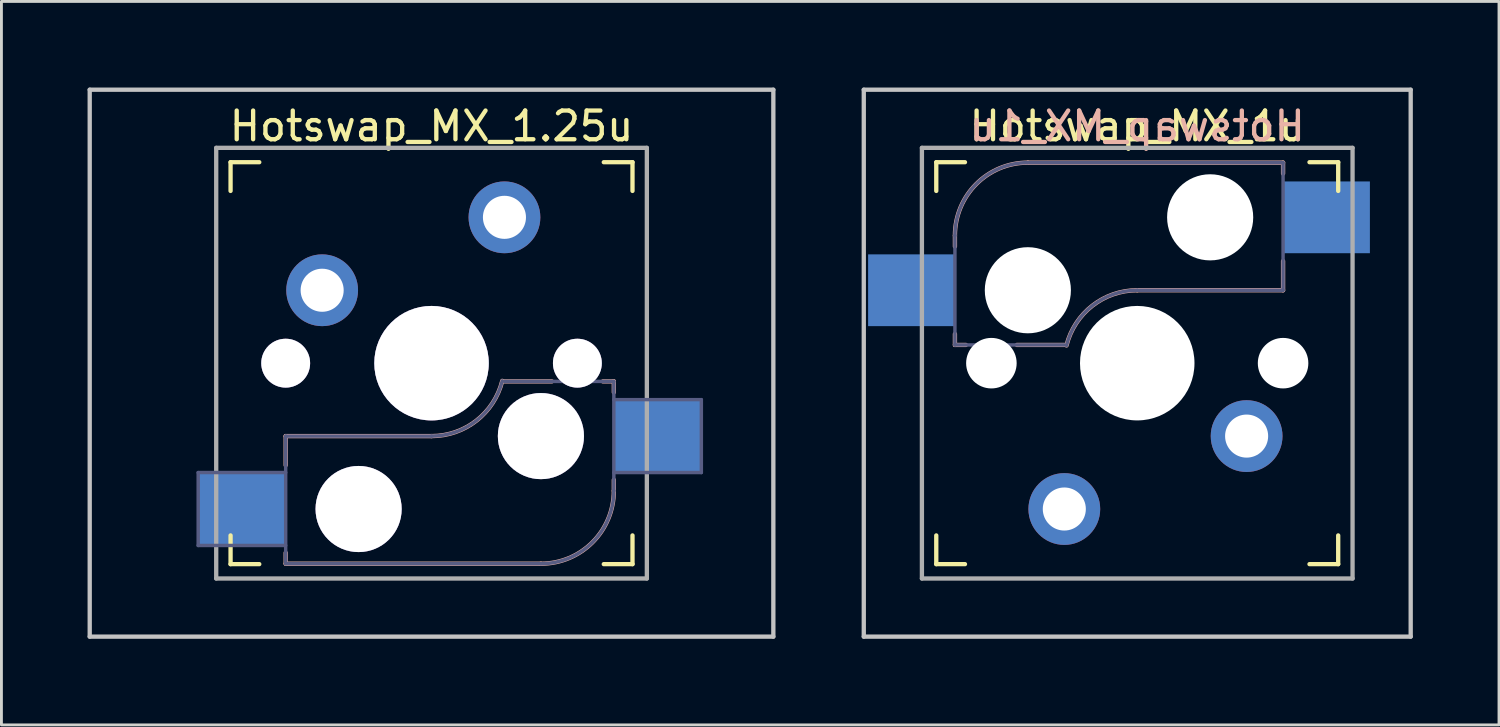
<source format=kicad_pcb>
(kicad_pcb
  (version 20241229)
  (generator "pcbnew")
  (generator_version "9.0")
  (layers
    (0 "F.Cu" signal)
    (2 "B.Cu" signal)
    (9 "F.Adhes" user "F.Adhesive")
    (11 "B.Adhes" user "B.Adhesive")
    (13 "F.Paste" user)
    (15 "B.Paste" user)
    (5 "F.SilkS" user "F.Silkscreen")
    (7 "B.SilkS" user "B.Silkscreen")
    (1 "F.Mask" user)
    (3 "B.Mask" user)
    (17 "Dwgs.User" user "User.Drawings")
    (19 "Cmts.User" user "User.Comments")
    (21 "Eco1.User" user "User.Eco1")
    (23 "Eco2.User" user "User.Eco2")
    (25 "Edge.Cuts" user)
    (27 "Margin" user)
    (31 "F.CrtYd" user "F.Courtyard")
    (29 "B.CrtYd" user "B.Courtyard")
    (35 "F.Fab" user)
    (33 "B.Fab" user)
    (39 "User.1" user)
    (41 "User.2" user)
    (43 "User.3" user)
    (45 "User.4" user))
  (footprint "Hotswap_MX_1u"
    (layer "F.Cu")
    (at 36.562 9.6)
    (property "Reference" "Hotswap_MX_1u" (at 0 -8.255 0) (layer "F.SilkS") (effects (font (size 1 1) (thickness 0.15))))
    (attr through_hole)
    (fp_line (start -7 -6) (end -7 -7) (stroke (width 0.15) (type solid)) (layer "F.SilkS"))
    (fp_line (start -7 7) (end -7 6) (stroke (width 0.15) (type solid)) (layer "F.SilkS"))
    (fp_line (start -7 7) (end -6 7) (stroke (width 0.15) (type solid)) (layer "F.SilkS"))
    (fp_line (start -6 -7) (end -7 -7) (stroke (width 0.15) (type solid)) (layer "F.SilkS"))
    (fp_line (start 6 7) (end 7 7) (stroke (width 0.15) (type solid)) (layer "F.SilkS"))
    (fp_line (start 7 -7) (end 6 -7) (stroke (width 0.15) (type solid)) (layer "F.SilkS"))
    (fp_line (start 7 -7) (end 7 -6) (stroke (width 0.15) (type solid)) (layer "F.SilkS"))
    (fp_line (start 7 6) (end 7 7) (stroke (width 0.15) (type solid)) (layer "F.SilkS"))
    (fp_line (start -6.35 -4.445) (end -6.35 -4.064) (stroke (width 0.15) (type solid)) (layer "B.SilkS"))
    (fp_line (start -6.35 -1.016) (end -6.35 -0.635) (stroke (width 0.15) (type solid)) (layer "B.SilkS"))
    (fp_line (start -6.35 -0.635) (end -5.969 -0.635) (stroke (width 0.15) (type solid)) (layer "B.SilkS"))
    (fp_line (start -4.191 -0.635) (end -2.54 -0.635) (stroke (width 0.15) (type solid)) (layer "B.SilkS"))
    (fp_line (start 0 -2.54) (end 5.08 -2.54) (stroke (width 0.15) (type solid)) (layer "B.SilkS"))
    (fp_line (start 5.08 -6.985) (end -3.81 -6.985) (stroke (width 0.15) (type solid)) (layer "B.SilkS"))
    (fp_line (start 5.08 -6.604) (end 5.08 -6.985) (stroke (width 0.15) (type solid)) (layer "B.SilkS"))
    (fp_line (start 5.08 -2.54) (end 5.08 -3.556) (stroke (width 0.15) (type solid)) (layer "B.SilkS"))
    (fp_arc (start -6.35 -4.445) (mid -5.606051 -6.241051) (end -3.81 -6.985) (stroke (width 0.15) (type solid)) (layer "B.SilkS"))
    (fp_arc (start -2.464162 -0.61604) (mid -1.563147 -2.002042) (end 0 -2.54) (stroke (width 0.15) (type solid)) (layer "B.SilkS"))
    (fp_line (start -9.525 -9.525) (end 9.525 -9.525) (stroke (width 0.15) (type solid)) (layer "Dwgs.User"))
    (fp_line (start -9.525 9.525) (end -9.525 -9.525) (stroke (width 0.15) (type solid)) (layer "Dwgs.User"))
    (fp_line (start -9.525 9.525) (end 9.525 9.525) (stroke (width 0.15) (type solid)) (layer "Dwgs.User"))
    (fp_line (start 9.525 -9.525) (end 9.525 9.525) (stroke (width 0.15) (type solid)) (layer "Dwgs.User"))
    (fp_line (start -6.9 6.9) (end -6.9 -6.9) (stroke (width 0.15) (type solid)) (layer "Eco2.User"))
    (fp_line (start -6.9 6.9) (end 6.9 6.9) (stroke (width 0.15) (type solid)) (layer "Eco2.User"))
    (fp_line (start 6.9 -6.9) (end -6.9 -6.9) (stroke (width 0.15) (type solid)) (layer "Eco2.User"))
    (fp_line (start 6.9 -6.9) (end 6.9 6.9) (stroke (width 0.15) (type solid)) (layer "Eco2.User"))
    (fp_line (start -6.35 -4.445) (end -6.35 -0.635) (stroke (width 0.12) (type solid)) (layer "B.Fab"))
    (fp_line (start -6.35 -0.635) (end -2.54 -0.635) (stroke (width 0.12) (type solid)) (layer "B.Fab"))
    (fp_line (start 0 -2.54) (end 5.08 -2.54) (stroke (width 0.12) (type solid)) (layer "B.Fab"))
    (fp_line (start 5.08 -6.985) (end -3.81 -6.985) (stroke (width 0.12) (type solid)) (layer "B.Fab"))
    (fp_line (start 5.08 -2.54) (end 5.08 -6.985) (stroke (width 0.12) (type solid)) (layer "B.Fab"))
    (fp_arc (start -6.35 -4.445) (mid -5.606051 -6.241051) (end -3.81 -6.985) (stroke (width 0.12) (type solid)) (layer "B.Fab"))
    (fp_arc (start -2.464162 -0.61604) (mid -1.563147 -2.002042) (end 0 -2.54) (stroke (width 0.12) (type solid)) (layer "B.Fab"))
    (fp_line (start -7.5 -7.5) (end 7.5 -7.5) (stroke (width 0.15) (type solid)) (layer "F.Fab"))
    (fp_line (start -7.5 7.5) (end -7.5 -7.5) (stroke (width 0.15) (type solid)) (layer "F.Fab"))
    (fp_line (start 7.5 -7.5) (end 7.5 7.5) (stroke (width 0.15) (type solid)) (layer "F.Fab"))
    (fp_line (start 7.5 7.5) (end -7.5 7.5) (stroke (width 0.15) (type solid)) (layer "F.Fab"))
    (fp_text user "${REFERENCE}" (at 0 -8.255 0) (layer "B.SilkS") (effects (font (size 1 1) (thickness 0.15)) (justify mirror)))
    (pad "" np_thru_hole circle (at -5.08 0 180) (size 1.76 1.76) (drill 1.76) (layers "*.Cu" "*.Mask"))
    (pad "" np_thru_hole circle (at -3.81 -2.54 180) (size 3 3) (drill 3) (layers "*.Cu" "*.Mask"))
    (pad "" np_thru_hole circle (at 0 0 180) (size 3.988 3.988) (drill 3.988) (layers "*.Cu" "*.Mask"))
    (pad "" np_thru_hole circle (at 2.54 -5.08 180) (size 3 3) (drill 3) (layers "*.Cu" "*.Mask"))
    (pad "" np_thru_hole circle (at 5.08 0 180) (size 1.76 1.76) (drill 1.76) (layers "*.Cu" "*.Mask"))
    (pad "1" smd rect (at -7.874 -2.54 180) (size 3 2.5) (layers "B.Cu" "B.Mask" "B.Paste"))
    (pad "1" thru_hole circle (at 3.81 2.54 180) (size 2.5 2.5) (drill 1.5) (layers "*.Cu" "B.Mask"))
    (pad "2" thru_hole circle (at -2.54 5.08 180) (size 2.5 2.5) (drill 1.5) (layers "*.Cu" "B.Mask"))
    (pad "2" smd rect (at 6.604 -5.08 180) (size 3 2.5) (layers "B.Cu" "B.Mask" "B.Paste")))
  (footprint "Hotswap_MX_1.25u"
    (layer "F.Cu")
    (at 11.981 9.6)
    (property "Reference" "Hotswap_MX_1.25u" (at 0 -8.255 0) (layer "F.SilkS") (effects (font (size 1 1) (thickness 0.15))))
    (attr through_hole)
    (fp_line (start -7 -6) (end -7 -7) (stroke (width 0.15) (type solid)) (layer "F.SilkS"))
    (fp_line (start -7 7) (end -7 6) (stroke (width 0.15) (type solid)) (layer "F.SilkS"))
    (fp_line (start -7 7) (end -6 7) (stroke (width 0.15) (type solid)) (layer "F.SilkS"))
    (fp_line (start -6 -7) (end -7 -7) (stroke (width 0.15) (type solid)) (layer "F.SilkS"))
    (fp_line (start 6 7) (end 7 7) (stroke (width 0.15) (type solid)) (layer "F.SilkS"))
    (fp_line (start 7 -7) (end 6 -7) (stroke (width 0.15) (type solid)) (layer "F.SilkS"))
    (fp_line (start 7 -7) (end 7 -6) (stroke (width 0.15) (type solid)) (layer "F.SilkS"))
    (fp_line (start 7 6) (end 7 7) (stroke (width 0.15) (type solid)) (layer "F.SilkS"))
    (fp_line (start -5.08 2.54) (end -5.08 3.556) (stroke (width 0.15) (type solid)) (layer "B.SilkS"))
    (fp_line (start -5.08 6.604) (end -5.08 6.985) (stroke (width 0.15) (type solid)) (layer "B.SilkS"))
    (fp_line (start -5.08 6.985) (end 3.81 6.985) (stroke (width 0.15) (type solid)) (layer "B.SilkS"))
    (fp_line (start 0 2.54) (end -5.08 2.54) (stroke (width 0.15) (type solid)) (layer "B.SilkS"))
    (fp_line (start 4.191 0.635) (end 2.54 0.635) (stroke (width 0.15) (type solid)) (layer "B.SilkS"))
    (fp_line (start 6.35 0.635) (end 5.969 0.635) (stroke (width 0.15) (type solid)) (layer "B.SilkS"))
    (fp_line (start 6.35 1.016) (end 6.35 0.635) (stroke (width 0.15) (type solid)) (layer "B.SilkS"))
    (fp_line (start 6.35 4.445) (end 6.35 4.064) (stroke (width 0.15) (type solid)) (layer "B.SilkS"))
    (fp_arc (start 2.464162 0.61604) (mid 1.563147 2.002042) (end 0 2.54) (stroke (width 0.15) (type solid)) (layer "B.SilkS"))
    (fp_arc (start 6.35 4.445) (mid 5.606051 6.241051) (end 3.81 6.985) (stroke (width 0.15) (type solid)) (layer "B.SilkS"))
    (fp_line (start -11.906 -9.525) (end 11.906 -9.525) (stroke (width 0.15) (type solid)) (layer "Dwgs.User"))
    (fp_line (start -11.906 9.525) (end -11.906 -9.525) (stroke (width 0.15) (type solid)) (layer "Dwgs.User"))
    (fp_line (start -11.906 9.525) (end 11.906 9.525) (stroke (width 0.15) (type solid)) (layer "Dwgs.User"))
    (fp_line (start 11.906 -9.525) (end 11.906 9.525) (stroke (width 0.15) (type solid)) (layer "Dwgs.User"))
    (fp_line (start -6.9 6.9) (end -6.9 -6.9) (stroke (width 0.15) (type solid)) (layer "Eco2.User"))
    (fp_line (start -6.9 6.9) (end 6.9 6.9) (stroke (width 0.15) (type solid)) (layer "Eco2.User"))
    (fp_line (start 6.9 -6.9) (end -6.9 -6.9) (stroke (width 0.15) (type solid)) (layer "Eco2.User"))
    (fp_line (start 6.9 -6.9) (end 6.9 6.9) (stroke (width 0.15) (type solid)) (layer "Eco2.User"))
    (fp_line (start -8.128 3.81) (end -8.128 6.35) (stroke (width 0.12) (type solid)) (layer "B.Fab"))
    (fp_line (start -8.128 6.35) (end -5.08 6.35) (stroke (width 0.12) (type solid)) (layer "B.Fab"))
    (fp_line (start -5.08 2.54) (end -5.08 6.985) (stroke (width 0.12) (type solid)) (layer "B.Fab"))
    (fp_line (start -5.08 3.81) (end -8.128 3.81) (stroke (width 0.12) (type solid)) (layer "B.Fab"))
    (fp_line (start -5.08 6.985) (end 3.81 6.985) (stroke (width 0.12) (type solid)) (layer "B.Fab"))
    (fp_line (start 0 2.54) (end -5.08 2.54) (stroke (width 0.12) (type solid)) (layer "B.Fab"))
    (fp_line (start 6.35 0.635) (end 2.54 0.635) (stroke (width 0.12) (type solid)) (layer "B.Fab"))
    (fp_line (start 6.35 3.81) (end 9.398 3.81) (stroke (width 0.12) (type solid)) (layer "B.Fab"))
    (fp_line (start 6.35 4.445) (end 6.35 0.635) (stroke (width 0.12) (type solid)) (layer "B.Fab"))
    (fp_line (start 9.398 1.27) (end 6.35 1.27) (stroke (width 0.12) (type solid)) (layer "B.Fab"))
    (fp_line (start 9.398 3.81) (end 9.398 1.27) (stroke (width 0.12) (type solid)) (layer "B.Fab"))
    (fp_arc (start 2.464162 0.61604) (mid 1.563147 2.002042) (end 0 2.54) (stroke (width 0.12) (type solid)) (layer "B.Fab"))
    (fp_arc (start 6.35 4.445) (mid 5.606051 6.241051) (end 3.81 6.985) (stroke (width 0.12) (type solid)) (layer "B.Fab"))
    (fp_line (start -7.5 -7.5) (end 7.5 -7.5) (stroke (width 0.15) (type solid)) (layer "F.Fab"))
    (fp_line (start -7.5 7.5) (end -7.5 -7.5) (stroke (width 0.15) (type solid)) (layer "F.Fab"))
    (fp_line (start 7.5 -7.5) (end 7.5 7.5) (stroke (width 0.15) (type solid)) (layer "F.Fab"))
    (fp_line (start 7.5 7.5) (end -7.5 7.5) (stroke (width 0.15) (type solid)) (layer "F.Fab"))
    (pad "" thru_hole circle (at -5.08 0) (size 1.702 1.702) (drill 1.702) (layers "*.Cu" "*.Mask"))
    (pad "" thru_hole circle (at -2.54 5.08) (size 3 3) (drill 3) (layers "*.Cu" "*.Mask"))
    (pad "" thru_hole circle (at 0 0) (size 3.988 3.988) (drill 3.988) (layers "*.Cu" "*.Mask"))
    (pad "" thru_hole circle (at 3.81 2.54) (size 3 3) (drill 3) (layers "*.Cu" "*.Mask"))
    (pad "" thru_hole circle (at 5.08 0) (size 1.702 1.702) (drill 1.702) (layers "*.Cu" "*.Mask"))
    (pad "1" smd rect (at -6.604 5.08) (size 3 2.5) (layers "B.Cu"))
    (pad "1" thru_hole circle (at 2.54 -5.08) (size 2.5 2.5) (drill 1.5) (layers "*.Cu" "*.Mask"))
    (pad "2" thru_hole circle (at -3.81 -2.54) (size 2.5 2.5) (drill 1.5) (layers "*.Cu" "*.Mask"))
    (pad "2" smd rect (at 7.874 2.54) (size 3 2.5) (layers "B.Cu")))
  (gr_rect
    (start -3 -3)
    (end 49.163 22.2)
    (stroke (width 0.1) (type default))
    (fill no)
    (layer "Edge.Cuts")))
</source>
